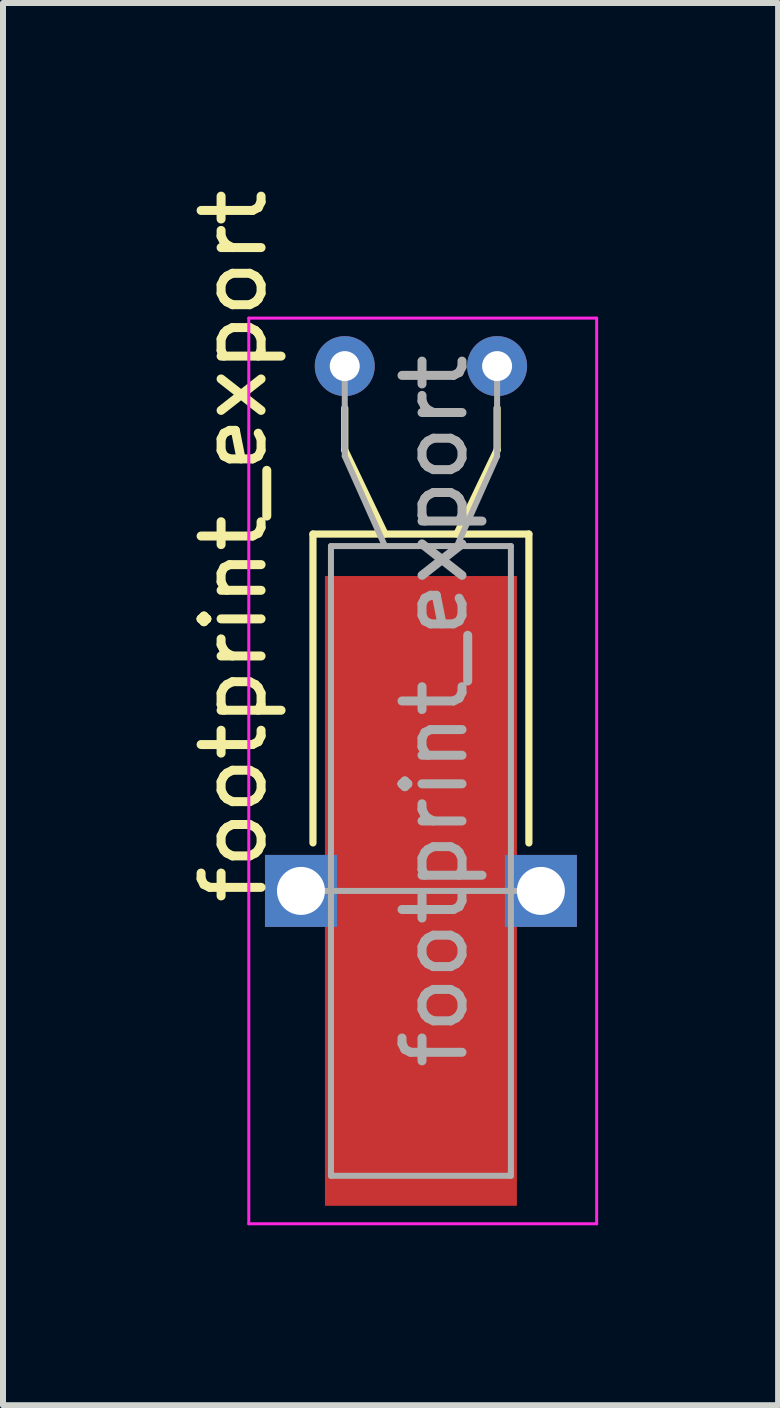
<source format=kicad_pcb>
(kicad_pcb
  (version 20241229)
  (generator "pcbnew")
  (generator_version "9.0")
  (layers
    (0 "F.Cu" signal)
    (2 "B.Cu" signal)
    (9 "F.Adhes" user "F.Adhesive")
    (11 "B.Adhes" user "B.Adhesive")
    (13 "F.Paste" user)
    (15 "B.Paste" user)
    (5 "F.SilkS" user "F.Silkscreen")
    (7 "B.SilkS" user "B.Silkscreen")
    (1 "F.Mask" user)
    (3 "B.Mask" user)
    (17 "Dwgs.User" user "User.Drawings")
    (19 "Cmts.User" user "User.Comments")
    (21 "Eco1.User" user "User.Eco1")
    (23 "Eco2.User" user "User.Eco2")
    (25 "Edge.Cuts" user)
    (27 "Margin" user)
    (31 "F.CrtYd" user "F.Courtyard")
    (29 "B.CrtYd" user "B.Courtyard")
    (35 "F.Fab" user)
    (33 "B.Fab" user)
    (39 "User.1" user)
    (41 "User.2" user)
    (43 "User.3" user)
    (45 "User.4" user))
  (footprint "footprint_export"
    (layer "F.Cu")
    (at 2.698 3.054)
    (property "Reference" "footprint_export" (at -1.85 3 90) (layer "F.SilkS") (effects (font (size 1 1) (thickness 0.15))))
    (attr through_hole)
    (fp_line (start -0.53 2.8) (end 3.07 2.8) (stroke (width 0.12) (type solid)) (layer "F.SilkS"))
    (fp_line (start -0.53 7.95) (end -0.53 2.8) (stroke (width 0.12) (type solid)) (layer "F.SilkS"))
    (fp_line (start 0 1.4) (end 0 0.7) (stroke (width 0.12) (type solid)) (layer "F.SilkS"))
    (fp_line (start 0.67 2.8) (end 0 1.4) (stroke (width 0.12) (type solid)) (layer "F.SilkS"))
    (fp_line (start 1.87 2.8) (end 2.54 1.4) (stroke (width 0.12) (type solid)) (layer "F.SilkS"))
    (fp_line (start 2.54 1.4) (end 2.54 0.7) (stroke (width 0.12) (type solid)) (layer "F.SilkS"))
    (fp_line (start 3.07 2.8) (end 3.07 7.95) (stroke (width 0.12) (type solid)) (layer "F.SilkS"))
    (fp_line (start -1.6 -0.8) (end -1.6 14.3) (stroke (width 0.05) (type solid)) (layer "F.CrtYd"))
    (fp_line (start -1.6 14.3) (end 4.2 14.3) (stroke (width 0.05) (type solid)) (layer "F.CrtYd"))
    (fp_line (start 4.2 -0.8) (end -1.6 -0.8) (stroke (width 0.05) (type solid)) (layer "F.CrtYd"))
    (fp_line (start 4.2 14.3) (end 4.2 -0.8) (stroke (width 0.05) (type solid)) (layer "F.CrtYd"))
    (fp_line (start -0.73 8.75) (end 3.27 8.75) (stroke (width 0.1) (type solid)) (layer "F.Fab"))
    (fp_line (start -0.23 3) (end -0.23 13.5) (stroke (width 0.1) (type solid)) (layer "F.Fab"))
    (fp_line (start -0.23 13.5) (end 2.77 13.5) (stroke (width 0.1) (type solid)) (layer "F.Fab"))
    (fp_line (start 0 1.5) (end 0 0) (stroke (width 0.1) (type solid)) (layer "F.Fab"))
    (fp_line (start 0.67 3) (end 0 1.5) (stroke (width 0.1) (type solid)) (layer "F.Fab"))
    (fp_line (start 1.87 3) (end 2.54 1.5) (stroke (width 0.1) (type solid)) (layer "F.Fab"))
    (fp_line (start 2.54 1.5) (end 2.54 0) (stroke (width 0.1) (type solid)) (layer "F.Fab"))
    (fp_line (start 2.77 3) (end -0.23 3) (stroke (width 0.1) (type solid)) (layer "F.Fab"))
    (fp_line (start 2.77 13.5) (end 2.77 3) (stroke (width 0.1) (type solid)) (layer "F.Fab"))
    (fp_text user "${REFERENCE}" (at 1.5 5.75 90) (layer "F.Fab") (effects (font (size 1 1) (thickness 0.15))))
    (pad "1" thru_hole circle (at 0 0) (size 1 1) (drill 0.5) (layers "*.Cu" "*.Mask"))
    (pad "2" thru_hole circle (at 2.54 0) (size 1 1) (drill 0.5) (layers "*.Cu" "*.Mask"))
    (pad "3" thru_hole rect (at -0.73 8.75) (size 1.2 1.2) (drill 0.8) (layers "*.Cu" "*.Mask"))
    (pad "3" smd rect (at 1.27 8.75) (size 3.2 10.5) (layers "F.Cu" "F.Mask" "F.Paste"))
    (pad "3" thru_hole rect (at 3.27 8.75) (size 1.2 1.2) (drill 0.8) (layers "*.Cu" "*.Mask")))
  (gr_rect
    (start -3 -3)
    (end 9.923 20.379)
    (stroke (width 0.1) (type default))
    (fill no)
    (layer "Edge.Cuts")))
</source>
